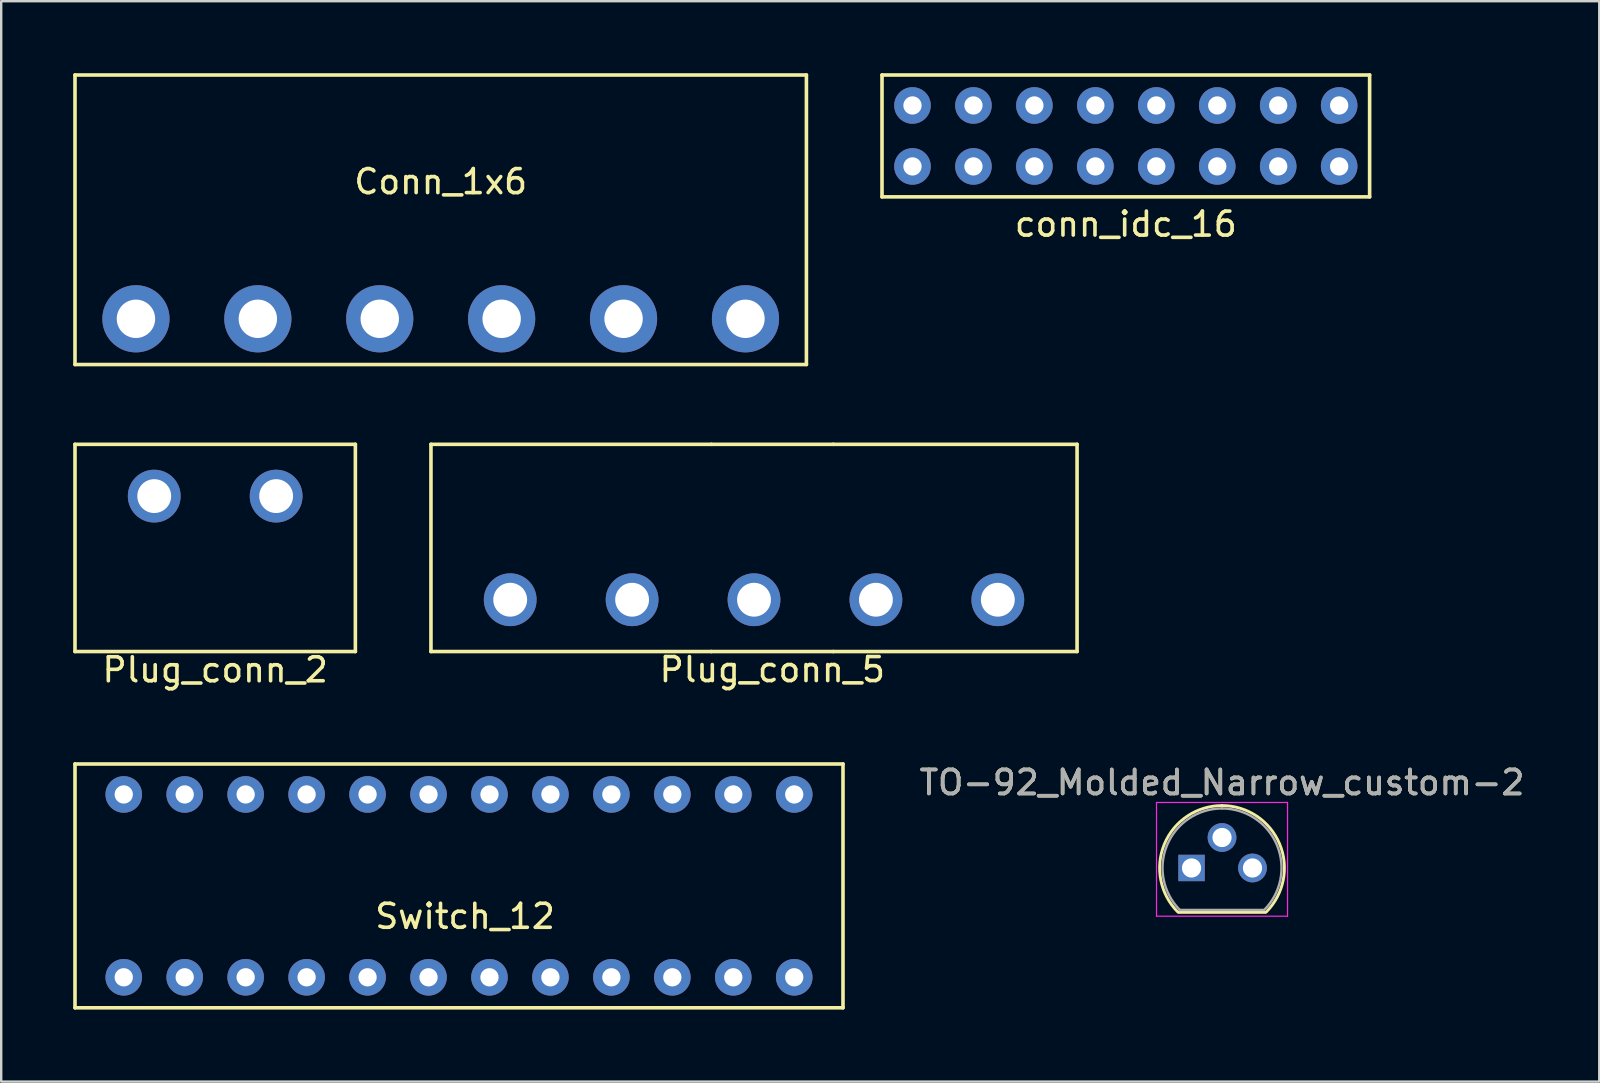
<source format=kicad_pcb>
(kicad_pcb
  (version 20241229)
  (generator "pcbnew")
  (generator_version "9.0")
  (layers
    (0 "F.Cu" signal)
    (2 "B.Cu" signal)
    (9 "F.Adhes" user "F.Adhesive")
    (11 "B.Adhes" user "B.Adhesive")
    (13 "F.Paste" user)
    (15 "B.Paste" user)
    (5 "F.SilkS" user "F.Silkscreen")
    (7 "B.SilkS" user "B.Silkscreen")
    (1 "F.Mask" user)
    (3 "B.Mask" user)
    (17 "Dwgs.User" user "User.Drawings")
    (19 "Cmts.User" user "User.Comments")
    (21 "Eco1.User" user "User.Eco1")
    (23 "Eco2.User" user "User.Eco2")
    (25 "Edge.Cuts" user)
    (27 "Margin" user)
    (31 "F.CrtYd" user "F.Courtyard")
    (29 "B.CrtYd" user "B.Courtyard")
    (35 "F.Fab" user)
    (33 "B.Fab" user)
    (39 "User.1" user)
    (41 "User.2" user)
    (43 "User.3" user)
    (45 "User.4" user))
  (footprint "Conn_1x6"
    (layer "F.Cu")
    (at 15.315 12.14)
    (property "Reference" "Conn_1x6" (at 0 -7.62 0) (layer "F.SilkS") (effects (font (size 1 1) (thickness 0.15))))
    (attr through_hole)
    (fp_line (start -15.24 -12.065) (end -15.24 0) (stroke (width 0.15) (type solid)) (layer "F.SilkS"))
    (fp_line (start 15.24 -12.065) (end -15.24 -12.065) (stroke (width 0.15) (type solid)) (layer "F.SilkS"))
    (fp_line (start 15.24 0) (end -15.24 0) (stroke (width 0.15) (type solid)) (layer "F.SilkS"))
    (fp_line (start 15.24 0) (end 15.24 -12.065) (stroke (width 0.15) (type solid)) (layer "F.SilkS"))
    (pad "1" thru_hole circle (at -12.7 -1.905) (size 2.8 2.8) (drill 1.6) (layers "*.Cu" "*.Mask"))
    (pad "2" thru_hole circle (at -7.62 -1.905) (size 2.8 2.8) (drill 1.6) (layers "*.Cu" "*.Mask"))
    (pad "3" thru_hole circle (at -2.54 -1.905) (size 2.8 2.8) (drill 1.6) (layers "*.Cu" "*.Mask"))
    (pad "4" thru_hole circle (at 2.54 -1.905) (size 2.8 2.8) (drill 1.6) (layers "*.Cu" "*.Mask"))
    (pad "5" thru_hole circle (at 7.62 -1.905) (size 2.8 2.8) (drill 1.6) (layers "*.Cu" "*.Mask"))
    (pad "6" thru_hole circle (at 12.7 -1.905) (size 2.8 2.8) (drill 1.6) (layers "*.Cu" "*.Mask")))
  (footprint "Switch_12"
    (layer "F.Cu")
    (at 16.077 33.866)
    (property "Reference" "Switch_12" (at 0.254 1.27 0) (layer "F.SilkS") (effects (font (size 1 1) (thickness 0.15))))
    (attr through_hole)
    (fp_line (start -16.002 -5.08) (end -16.002 5.08) (stroke (width 0.15) (type solid)) (layer "F.SilkS"))
    (fp_line (start -16.002 -5.08) (end 16.002 -5.08) (stroke (width 0.15) (type solid)) (layer "F.SilkS"))
    (fp_line (start 16.002 -5.08) (end 16.002 5.08) (stroke (width 0.15) (type solid)) (layer "F.SilkS"))
    (fp_line (start 16.002 5.08) (end -16.002 5.08) (stroke (width 0.15) (type solid)) (layer "F.SilkS"))
    (pad "1" thru_hole circle (at -13.97 -3.81) (size 1.524 1.524) (drill 0.762) (layers "*.Cu" "*.Mask"))
    (pad "2" thru_hole circle (at -11.43 -3.81) (size 1.524 1.524) (drill 0.762) (layers "*.Cu" "*.Mask"))
    (pad "3" thru_hole circle (at -8.89 -3.81) (size 1.524 1.524) (drill 0.762) (layers "*.Cu" "*.Mask"))
    (pad "4" thru_hole circle (at -6.35 -3.81) (size 1.524 1.524) (drill 0.762) (layers "*.Cu" "*.Mask"))
    (pad "5" thru_hole circle (at -3.81 -3.81) (size 1.524 1.524) (drill 0.762) (layers "*.Cu" "*.Mask"))
    (pad "6" thru_hole circle (at -1.27 -3.81) (size 1.524 1.524) (drill 0.762) (layers "*.Cu" "*.Mask"))
    (pad "7" thru_hole circle (at 1.27 -3.81) (size 1.524 1.524) (drill 0.762) (layers "*.Cu" "*.Mask"))
    (pad "8" thru_hole circle (at 3.81 -3.81) (size 1.524 1.524) (drill 0.762) (layers "*.Cu" "*.Mask"))
    (pad "9" thru_hole circle (at 6.35 -3.81) (size 1.524 1.524) (drill 0.762) (layers "*.Cu" "*.Mask"))
    (pad "10" thru_hole circle (at 8.89 -3.81) (size 1.524 1.524) (drill 0.762) (layers "*.Cu" "*.Mask"))
    (pad "11" thru_hole circle (at 11.43 -3.81) (size 1.524 1.524) (drill 0.762) (layers "*.Cu" "*.Mask"))
    (pad "12" thru_hole circle (at 13.97 -3.81) (size 1.524 1.524) (drill 0.762) (layers "*.Cu" "*.Mask"))
    (pad "13" thru_hole circle (at -13.97 3.81) (size 1.524 1.524) (drill 0.762) (layers "*.Cu" "*.Mask"))
    (pad "14" thru_hole circle (at -11.43 3.81) (size 1.524 1.524) (drill 0.762) (layers "*.Cu" "*.Mask"))
    (pad "15" thru_hole circle (at -8.89 3.81) (size 1.524 1.524) (drill 0.762) (layers "*.Cu" "*.Mask"))
    (pad "16" thru_hole circle (at -6.35 3.81) (size 1.524 1.524) (drill 0.762) (layers "*.Cu" "*.Mask"))
    (pad "17" thru_hole circle (at -3.81 3.81) (size 1.524 1.524) (drill 0.762) (layers "*.Cu" "*.Mask"))
    (pad "18" thru_hole circle (at -1.27 3.81) (size 1.524 1.524) (drill 0.762) (layers "*.Cu" "*.Mask"))
    (pad "19" thru_hole circle (at 1.27 3.81) (size 1.524 1.524) (drill 0.762) (layers "*.Cu" "*.Mask"))
    (pad "20" thru_hole circle (at 3.81 3.81) (size 1.524 1.524) (drill 0.762) (layers "*.Cu" "*.Mask"))
    (pad "21" thru_hole circle (at 6.35 3.81) (size 1.524 1.524) (drill 0.762) (layers "*.Cu" "*.Mask"))
    (pad "22" thru_hole circle (at 8.89 3.81) (size 1.524 1.524) (drill 0.762) (layers "*.Cu" "*.Mask"))
    (pad "23" thru_hole circle (at 11.43 3.81) (size 1.524 1.524) (drill 0.762) (layers "*.Cu" "*.Mask"))
    (pad "24" thru_hole circle (at 13.97 3.81) (size 1.524 1.524) (drill 0.762) (layers "*.Cu" "*.Mask")))
  (footprint "Plug_conn_2"
    (layer "F.Cu")
    (at 5.917 19.783)
    (property "Reference" "Plug_conn_2" (at 0 5.08 0) (layer "F.SilkS") (effects (font (size 1 1) (thickness 0.15))))
    (attr through_hole)
    (fp_line (start -5.842 -4.318) (end -5.842 4.318) (stroke (width 0.15) (type solid)) (layer "F.SilkS"))
    (fp_line (start -5.842 4.318) (end 5.842 4.318) (stroke (width 0.15) (type solid)) (layer "F.SilkS"))
    (fp_line (start 5.842 -4.318) (end -5.842 -4.318) (stroke (width 0.15) (type solid)) (layer "F.SilkS"))
    (fp_line (start 5.842 4.318) (end 5.842 -4.318) (stroke (width 0.15) (type solid)) (layer "F.SilkS"))
    (pad "1" thru_hole circle (at -2.54 -2.159) (size 2.2 2.2) (drill 1.41) (layers "*.Cu" "*.Mask"))
    (pad "2" thru_hole circle (at 2.54 -2.159) (size 2.2 2.2) (drill 1.41) (layers "*.Cu" "*.Mask")))
  (footprint "Plug_conn_5"
    (layer "F.Cu")
    (at 28.371 19.783)
    (property "Reference" "Plug_conn_5" (at 0.762 5.072 0) (layer "F.SilkS") (effects (font (size 1 1) (thickness 0.15))))
    (attr through_hole)
    (fp_line (start -13.462 -4.318) (end -13.462 4.318) (stroke (width 0.15) (type solid)) (layer "F.SilkS"))
    (fp_line (start -13.462 4.318) (end -1.778 4.318) (stroke (width 0.15) (type solid)) (layer "F.SilkS"))
    (fp_line (start -1.778 -4.318) (end -13.462 -4.318) (stroke (width 0.15) (type solid)) (layer "F.SilkS"))
    (fp_line (start -1.778 -4.318) (end 3.302 -4.318) (stroke (width 0.15) (type solid)) (layer "F.SilkS"))
    (fp_line (start 3.302 -4.318) (end 13.462 -4.318) (stroke (width 0.15) (type solid)) (layer "F.SilkS"))
    (fp_line (start 3.302 4.318) (end -1.778 4.318) (stroke (width 0.15) (type solid)) (layer "F.SilkS"))
    (fp_line (start 13.462 -4.318) (end 13.462 4.318) (stroke (width 0.15) (type solid)) (layer "F.SilkS"))
    (fp_line (start 13.462 4.318) (end 3.302 4.318) (stroke (width 0.15) (type solid)) (layer "F.SilkS"))
    (pad "1" thru_hole circle (at -10.16 2.159) (size 2.2 2.2) (drill 1.41) (layers "*.Cu" "*.Mask"))
    (pad "2" thru_hole circle (at -5.08 2.159) (size 2.2 2.2) (drill 1.41) (layers "*.Cu" "*.Mask"))
    (pad "3" thru_hole circle (at 0 2.159) (size 2.2 2.2) (drill 1.41) (layers "*.Cu" "*.Mask"))
    (pad "4" thru_hole circle (at 5.08 2.159) (size 2.2 2.2) (drill 1.41) (layers "*.Cu" "*.Mask"))
    (pad "5" thru_hole circle (at 10.16 2.159) (size 2.2 2.2) (drill 1.41) (layers "*.Cu" "*.Mask")))
  (footprint "conn_idc_16"
    (layer "F.Cu")
    (at 43.865 2.615)
    (property "Reference" "conn_idc_16" (at 0 3.675 0) (layer "F.SilkS") (effects (font (size 1 1) (thickness 0.15))))
    (attr through_hole)
    (fp_line (start -10.16 -2.54) (end 10.16 -2.54) (stroke (width 0.15) (type solid)) (layer "F.SilkS"))
    (fp_line (start -10.16 2.54) (end -10.16 -2.54) (stroke (width 0.15) (type solid)) (layer "F.SilkS"))
    (fp_line (start 10.16 -2.54) (end 10.16 2.54) (stroke (width 0.15) (type solid)) (layer "F.SilkS"))
    (fp_line (start 10.16 2.54) (end -10.16 2.54) (stroke (width 0.15) (type solid)) (layer "F.SilkS"))
    (pad "1" thru_hole circle (at -8.89 -1.27) (size 1.524 1.524) (drill 0.762) (layers "*.Cu" "*.Mask"))
    (pad "2" thru_hole circle (at -6.35 -1.27) (size 1.524 1.524) (drill 0.762) (layers "*.Cu" "*.Mask"))
    (pad "3" thru_hole circle (at -3.81 -1.27) (size 1.524 1.524) (drill 0.762) (layers "*.Cu" "*.Mask"))
    (pad "4" thru_hole circle (at -1.27 -1.27) (size 1.524 1.524) (drill 0.762) (layers "*.Cu" "*.Mask"))
    (pad "5" thru_hole circle (at 1.27 -1.27) (size 1.524 1.524) (drill 0.762) (layers "*.Cu" "*.Mask"))
    (pad "6" thru_hole circle (at 3.81 -1.27) (size 1.524 1.524) (drill 0.762) (layers "*.Cu" "*.Mask"))
    (pad "7" thru_hole circle (at 6.35 -1.27) (size 1.524 1.524) (drill 0.762) (layers "*.Cu" "*.Mask"))
    (pad "8" thru_hole circle (at 8.89 -1.27) (size 1.524 1.524) (drill 0.762) (layers "*.Cu" "*.Mask"))
    (pad "9" thru_hole circle (at -8.89 1.27) (size 1.524 1.524) (drill 0.762) (layers "*.Cu" "*.Mask"))
    (pad "10" thru_hole circle (at -6.35 1.27) (size 1.524 1.524) (drill 0.762) (layers "*.Cu" "*.Mask"))
    (pad "11" thru_hole circle (at -3.81 1.27) (size 1.524 1.524) (drill 0.762) (layers "*.Cu" "*.Mask"))
    (pad "12" thru_hole circle (at -1.27 1.27) (size 1.524 1.524) (drill 0.762) (layers "*.Cu" "*.Mask"))
    (pad "13" thru_hole circle (at 1.27 1.27) (size 1.524 1.524) (drill 0.762) (layers "*.Cu" "*.Mask"))
    (pad "14" thru_hole circle (at 3.81 1.27) (size 1.524 1.524) (drill 0.762) (layers "*.Cu" "*.Mask"))
    (pad "15" thru_hole circle (at 6.35 1.27) (size 1.524 1.524) (drill 0.762) (layers "*.Cu" "*.Mask"))
    (pad "16" thru_hole circle (at 8.89 1.27) (size 1.524 1.524) (drill 0.762) (layers "*.Cu" "*.Mask")))
  (footprint "TO-92_Molded_Narrow_custom-2"
    (layer "F.Cu")
    (at 46.604 33.12)
    (property "Reference" "TO-92_Molded_Narrow_custom-2" (at 1.27 -3.56 0) (layer "F.SilkS") (effects (font (size 1 1) (thickness 0.15))))
    (attr through_hole)
    (fp_line (start -0.53 1.85) (end 3.07 1.85) (stroke (width 0.12) (type solid)) (layer "F.SilkS"))
    (fp_arc (start -0.568478 1.838478) (mid -1.132087 -0.994977) (end 1.27 -2.6) (stroke (width 0.12) (type solid)) (layer "F.SilkS"))
    (fp_arc (start 1.27 -2.6) (mid 3.672087 -0.994977) (end 3.108478 1.838478) (stroke (width 0.12) (type solid)) (layer "F.SilkS"))
    (fp_line (start -1.46 -2.73) (end -1.46 2.01) (stroke (width 0.05) (type solid)) (layer "F.CrtYd"))
    (fp_line (start -1.46 -2.73) (end 4 -2.73) (stroke (width 0.05) (type solid)) (layer "F.CrtYd"))
    (fp_line (start 4 2.01) (end -1.46 2.01) (stroke (width 0.05) (type solid)) (layer "F.CrtYd"))
    (fp_line (start 4 2.01) (end 4 -2.73) (stroke (width 0.05) (type solid)) (layer "F.CrtYd"))
    (fp_line (start -0.5 1.75) (end 3 1.75) (stroke (width 0.1) (type solid)) (layer "F.Fab"))
    (fp_arc (start -0.483625 1.753625) (mid -1.021221 -0.949055) (end 1.27 -2.48) (stroke (width 0.1) (type solid)) (layer "F.Fab"))
    (fp_arc (start 1.27 -2.48) (mid 3.561221 -0.949055) (end 3.023625 1.753625) (stroke (width 0.1) (type solid)) (layer "F.Fab"))
    (fp_text user "${REFERENCE}" (at 1.27 -3.56 0) (layer "F.Fab") (effects (font (size 1 1) (thickness 0.15))))
    (pad "1" thru_hole circle (at 2.54 0 90) (size 1.2 1.2) (drill 0.8) (layers "*.Cu" "*.Mask"))
    (pad "2" thru_hole circle (at 1.27 -1.27 90) (size 1.2 1.2) (drill 0.8) (layers "*.Cu" "*.Mask"))
    (pad "3" thru_hole rect (at 0 0 90) (size 1.1 1.1) (drill 0.8) (layers "*.Cu" "*.Mask")))
  (gr_rect
    (start -3 -3)
    (end 63.594 42.021)
    (stroke (width 0.1) (type default))
    (fill no)
    (layer "Edge.Cuts")))
</source>
